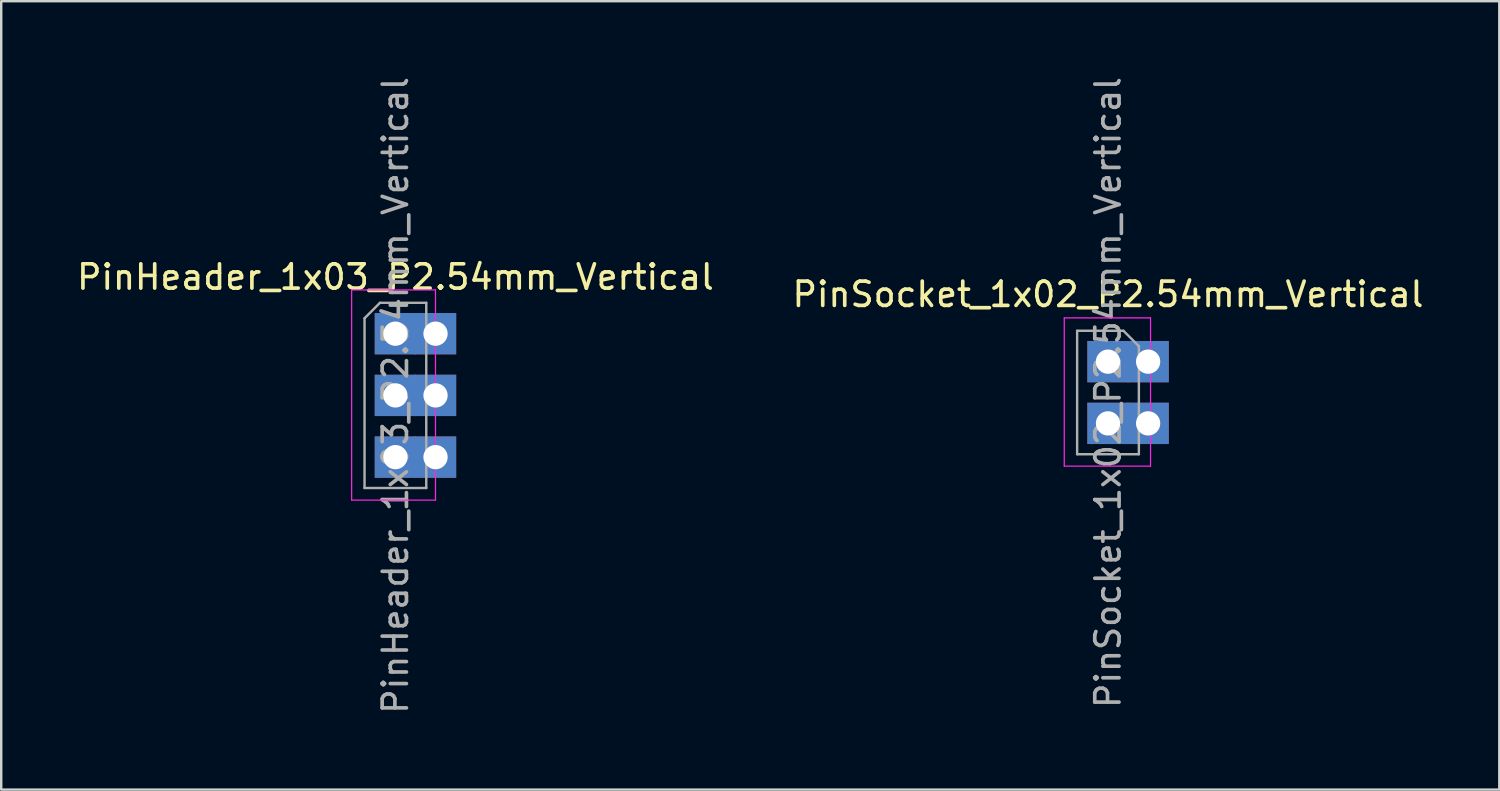
<source format=kicad_pcb>
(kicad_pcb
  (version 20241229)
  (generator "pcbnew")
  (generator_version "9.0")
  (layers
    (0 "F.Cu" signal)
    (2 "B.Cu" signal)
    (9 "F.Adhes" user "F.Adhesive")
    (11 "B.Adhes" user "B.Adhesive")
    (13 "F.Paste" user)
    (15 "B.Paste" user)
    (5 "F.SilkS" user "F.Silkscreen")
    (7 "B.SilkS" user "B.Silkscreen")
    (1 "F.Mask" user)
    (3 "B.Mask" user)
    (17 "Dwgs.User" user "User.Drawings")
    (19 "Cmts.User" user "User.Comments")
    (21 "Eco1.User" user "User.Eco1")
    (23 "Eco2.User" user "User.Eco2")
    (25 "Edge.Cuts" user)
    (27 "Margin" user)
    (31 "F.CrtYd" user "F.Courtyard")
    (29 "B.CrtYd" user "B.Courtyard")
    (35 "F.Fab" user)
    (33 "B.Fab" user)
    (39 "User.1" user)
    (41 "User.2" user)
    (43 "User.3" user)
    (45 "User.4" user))
  (footprint "PinSocket_1x02_P2.54mm_Vertical"
    (layer "F.Cu")
    (at 42.542 11.831)
    (property "Reference" "PinSocket_1x02_P2.54mm_Vertical" (at 0 -2.77 0) (layer "F.SilkS") (effects (font (size 1 1) (thickness 0.15))))
    (attr through_hole)
    (fp_line (start -1.8 -1.8) (end 1.75 -1.8) (stroke (width 0.05) (type solid)) (layer "F.CrtYd"))
    (fp_line (start -1.8 4.3) (end -1.8 -1.8) (stroke (width 0.05) (type solid)) (layer "F.CrtYd"))
    (fp_line (start 1.75 -1.8) (end 1.75 4.3) (stroke (width 0.05) (type solid)) (layer "F.CrtYd"))
    (fp_line (start 1.75 4.3) (end -1.8 4.3) (stroke (width 0.05) (type solid)) (layer "F.CrtYd"))
    (fp_line (start -1.27 -1.27) (end 0.635 -1.27) (stroke (width 0.1) (type solid)) (layer "F.Fab"))
    (fp_line (start -1.27 3.81) (end -1.27 -1.27) (stroke (width 0.1) (type solid)) (layer "F.Fab"))
    (fp_line (start 0.635 -1.27) (end 1.27 -0.635) (stroke (width 0.1) (type solid)) (layer "F.Fab"))
    (fp_line (start 1.27 -0.635) (end 1.27 3.81) (stroke (width 0.1) (type solid)) (layer "F.Fab"))
    (fp_line (start 1.27 3.81) (end -1.27 3.81) (stroke (width 0.1) (type solid)) (layer "F.Fab"))
    (fp_text user "${REFERENCE}" (at 0 1.27 90) (layer "F.Fab") (effects (font (size 1 1) (thickness 0.15))))
    (pad "1" thru_hole rect (at 0 0) (size 1.7 1.7) (drill 1) (layers "*.Cu" "*.Mask"))
    (pad "1" thru_hole rect (at 1.651 0) (size 1.7 1.7) (drill 1) (layers "*.Cu" "*.Mask"))
    (pad "2" thru_hole rect (at 0 2.54) (size 1.7 1.7) (drill 1) (layers "*.Cu" "*.Mask"))
    (pad "2" thru_hole rect (at 1.651 2.54) (size 1.7 1.7) (drill 1) (layers "*.Cu" "*.Mask")))
  (footprint "PinHeader_1x03_P2.54mm_Vertical"
    (layer "F.Cu")
    (at 13.22 10.68)
    (property "Reference" "PinHeader_1x03_P2.54mm_Vertical" (at 0 -2.33 0) (layer "F.SilkS") (effects (font (size 1 1) (thickness 0.15))))
    (attr through_hole)
    (fp_line (start -1.8 -1.8) (end -1.8 6.85) (stroke (width 0.05) (type solid)) (layer "F.CrtYd"))
    (fp_line (start -1.8 6.85) (end 1.65 6.85) (stroke (width 0.05) (type solid)) (layer "F.CrtYd"))
    (fp_line (start 1.65 -1.8) (end -1.8 -1.8) (stroke (width 0.05) (type solid)) (layer "F.CrtYd"))
    (fp_line (start 1.65 6.85) (end 1.65 -1.8) (stroke (width 0.05) (type solid)) (layer "F.CrtYd"))
    (fp_line (start -1.27 -0.635) (end -0.635 -1.27) (stroke (width 0.1) (type solid)) (layer "F.Fab"))
    (fp_line (start -1.27 6.35) (end -1.27 -0.635) (stroke (width 0.1) (type solid)) (layer "F.Fab"))
    (fp_line (start -0.635 -1.27) (end 1.27 -1.27) (stroke (width 0.1) (type solid)) (layer "F.Fab"))
    (fp_line (start 1.27 -1.27) (end 1.27 6.35) (stroke (width 0.1) (type solid)) (layer "F.Fab"))
    (fp_line (start 1.27 6.35) (end -1.27 6.35) (stroke (width 0.1) (type solid)) (layer "F.Fab"))
    (fp_text user "${REFERENCE}" (at 0 2.54 90) (layer "F.Fab") (effects (font (size 1 1) (thickness 0.15))))
    (pad "1" thru_hole rect (at 0 0) (size 1.7 1.7) (drill 1) (layers "*.Cu" "*.Mask"))
    (pad "1" thru_hole rect (at 1.651 0) (size 1.7 1.7) (drill 1) (layers "*.Cu" "*.Mask"))
    (pad "2" thru_hole rect (at 0 2.54) (size 1.7 1.7) (drill 1) (layers "*.Cu" "*.Mask"))
    (pad "2" thru_hole rect (at 1.651 2.54) (size 1.7 1.7) (drill 1) (layers "*.Cu" "*.Mask"))
    (pad "3" thru_hole rect (at 0 5.08) (size 1.7 1.7) (drill 1) (layers "*.Cu" "*.Mask"))
    (pad "3" thru_hole rect (at 1.651 5.08) (size 1.7 1.7) (drill 1) (layers "*.Cu" "*.Mask")))
  (gr_rect
    (start -3 -3)
    (end 58.643 29.44)
    (stroke (width 0.1) (type default))
    (fill no)
    (layer "Edge.Cuts")))
</source>
